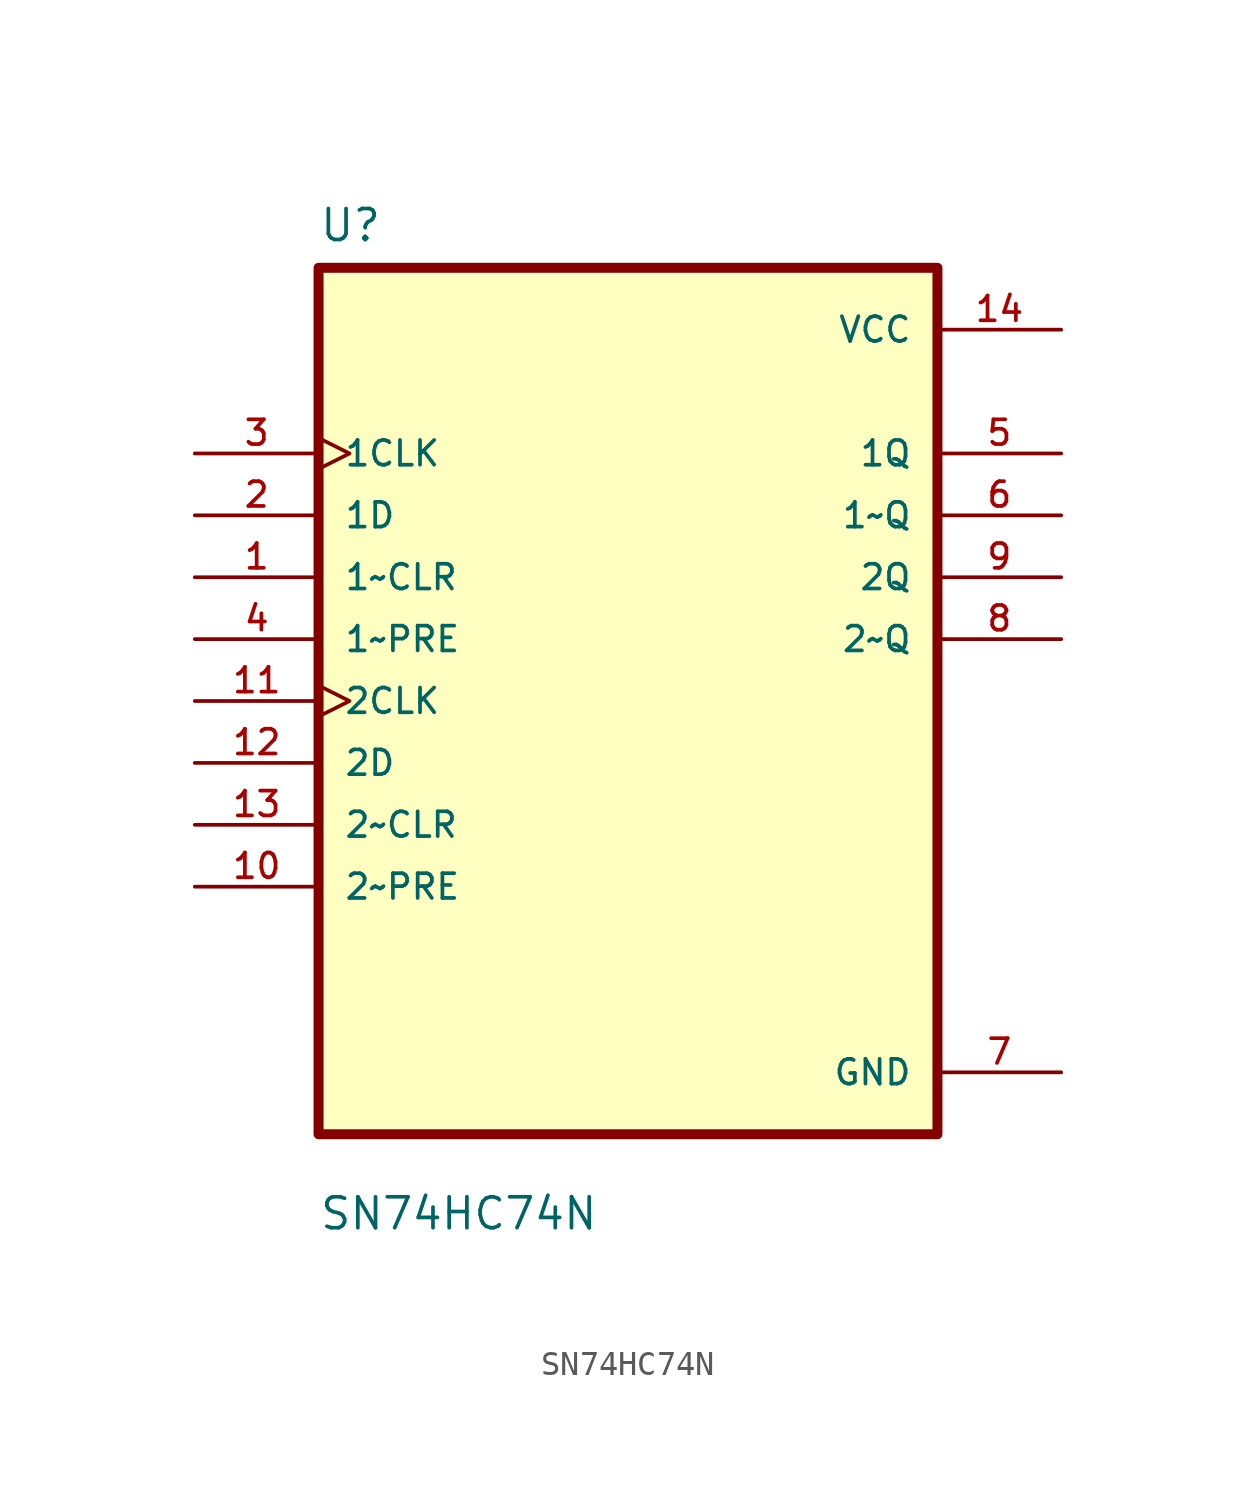
<source format=kicad_sym>
(kicad_symbol_lib
  (version 20211014)
  (generator kicad_symbol_editor)
  (symbol "SN74HC74N"
    (pin_names
      (offset 1.016))
    (property "Reference" "U"
      (at -12.7 18.78 0.0)
      (effects (font (size 1.27 1.27)) (justify bottom left)))
    (property "Value" "SN74HC74N"
      (at -12.7 -21.78 0.0)
      (effects (font (size 1.27 1.27)) (justify bottom left)))
    (symbol "SN74HC74N_0_0"
      (rectangle (start -12.7 -17.78) (end 12.7 17.78) (stroke (width 0.41)) (fill (type background)))
      (pin input clock (at -17.78 10.16 0) (length 5.08) (name "1CLK" (effects (font (size 1.016 1.016)))) (number "3" (effects (font (size 1.016 1.016)))))
      (pin input line (at -17.78 7.62 0) (length 5.08) (name "1D" (effects (font (size 1.016 1.016)))) (number "2" (effects (font (size 1.016 1.016)))))
      (pin input line (at -17.78 5.08 0) (length 5.08) (name "1~CLR" (effects (font (size 1.016 1.016)))) (number "1" (effects (font (size 1.016 1.016)))))
      (pin input line (at -17.78 2.54 0) (length 5.08) (name "1~PRE" (effects (font (size 1.016 1.016)))) (number "4" (effects (font (size 1.016 1.016)))))
      (pin input clock (at -17.78 0.0 0) (length 5.08) (name "2CLK" (effects (font (size 1.016 1.016)))) (number "11" (effects (font (size 1.016 1.016)))))
      (pin input line (at -17.78 -2.54 0) (length 5.08) (name "2D" (effects (font (size 1.016 1.016)))) (number "12" (effects (font (size 1.016 1.016)))))
      (pin input line (at -17.78 -5.08 0) (length 5.08) (name "2~CLR" (effects (font (size 1.016 1.016)))) (number "13" (effects (font (size 1.016 1.016)))))
      (pin input line (at -17.78 -7.62 0) (length 5.08) (name "2~PRE" (effects (font (size 1.016 1.016)))) (number "10" (effects (font (size 1.016 1.016)))))
      (pin power_in line (at 17.78 15.24 180.0) (length 5.08) (name "VCC" (effects (font (size 1.016 1.016)))) (number "14" (effects (font (size 1.016 1.016)))))
      (pin output line (at 17.78 10.16 180.0) (length 5.08) (name "1Q" (effects (font (size 1.016 1.016)))) (number "5" (effects (font (size 1.016 1.016)))))
      (pin output line (at 17.78 7.62 180.0) (length 5.08) (name "1~Q" (effects (font (size 1.016 1.016)))) (number "6" (effects (font (size 1.016 1.016)))))
      (pin output line (at 17.78 5.08 180.0) (length 5.08) (name "2Q" (effects (font (size 1.016 1.016)))) (number "9" (effects (font (size 1.016 1.016)))))
      (pin output line (at 17.78 2.54 180.0) (length 5.08) (name "2~Q" (effects (font (size 1.016 1.016)))) (number "8" (effects (font (size 1.016 1.016)))))
      (pin power_in line (at 17.78 -15.24 180.0) (length 5.08) (name "GND" (effects (font (size 1.016 1.016)))) (number "7" (effects (font (size 1.016 1.016))))))))
</source>
